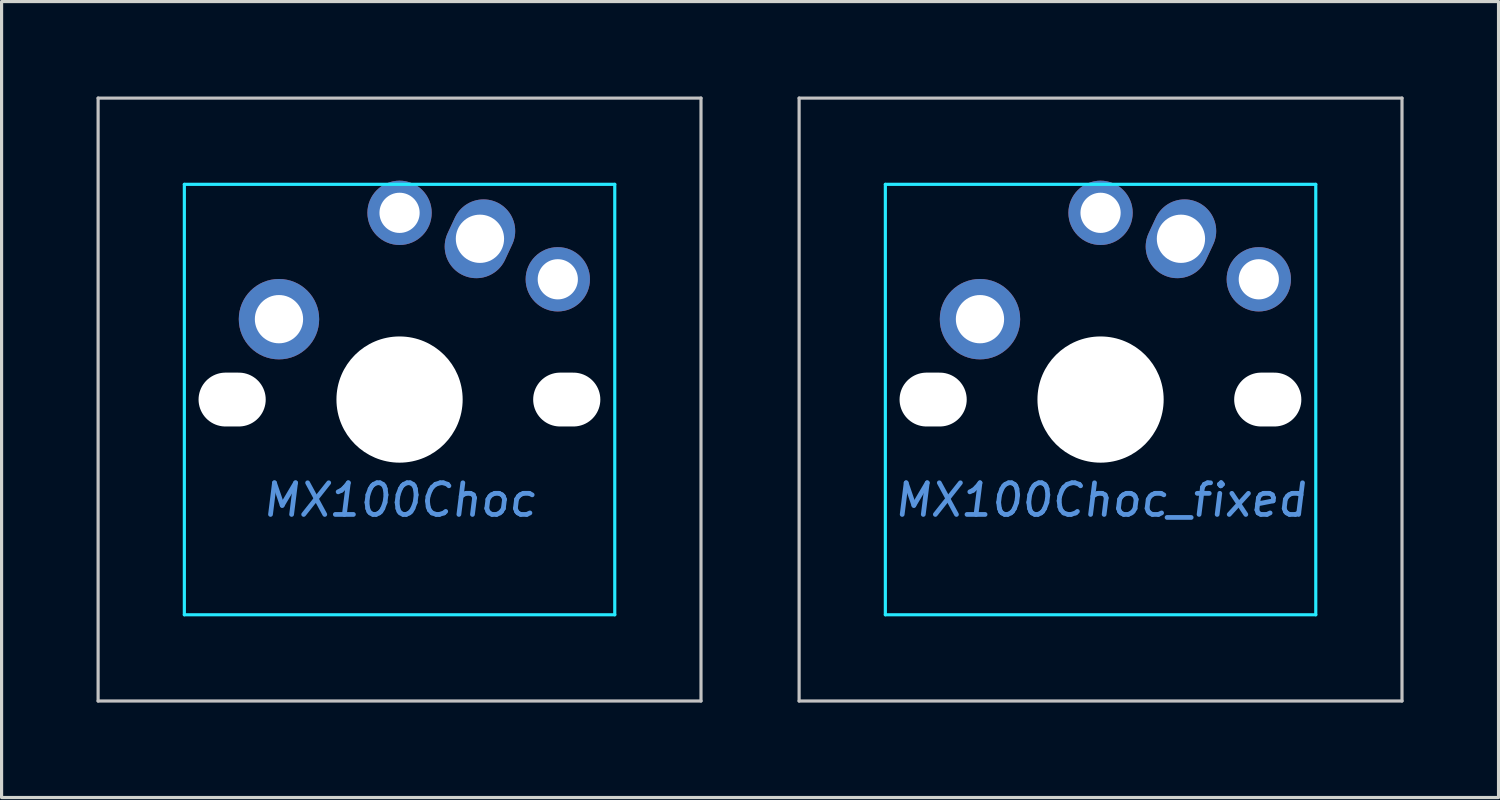
<source format=kicad_pcb>
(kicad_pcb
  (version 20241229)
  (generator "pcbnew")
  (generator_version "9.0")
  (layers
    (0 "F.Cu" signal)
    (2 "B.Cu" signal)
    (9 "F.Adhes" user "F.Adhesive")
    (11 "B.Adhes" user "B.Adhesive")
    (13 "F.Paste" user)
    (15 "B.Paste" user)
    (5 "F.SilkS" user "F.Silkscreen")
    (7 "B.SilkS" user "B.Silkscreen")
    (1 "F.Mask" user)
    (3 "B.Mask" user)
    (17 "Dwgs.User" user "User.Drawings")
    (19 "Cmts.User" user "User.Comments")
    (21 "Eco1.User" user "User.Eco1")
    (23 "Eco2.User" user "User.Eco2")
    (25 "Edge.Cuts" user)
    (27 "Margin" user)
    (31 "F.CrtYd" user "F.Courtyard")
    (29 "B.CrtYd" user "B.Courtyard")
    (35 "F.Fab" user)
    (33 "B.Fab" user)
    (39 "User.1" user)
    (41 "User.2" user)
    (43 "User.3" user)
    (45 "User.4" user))
  (footprint "MX100Choc"
    (layer "F.Cu")
    (at 9.575 9.575)
    (property "Reference" "MX100Choc" (at 0 3.175 0) (layer "Cmts.User") (effects (font (size 1 1) (thickness 0.15) (italic yes))))
    (attr through_hole)
    (fp_line (start -9.525 -9.525) (end 9.525 -9.525) (stroke (width 0.1) (type solid)) (layer "Dwgs.User"))
    (fp_line (start -9.525 9.525) (end -9.525 -9.525) (stroke (width 0.1) (type solid)) (layer "Dwgs.User"))
    (fp_line (start 9.525 -9.525) (end 9.525 9.525) (stroke (width 0.1) (type solid)) (layer "Dwgs.User"))
    (fp_line (start 9.525 9.525) (end -9.525 9.525) (stroke (width 0.1) (type solid)) (layer "Dwgs.User"))
    (fp_line (start -8.001 -5.715) (end -8.001 -3.175) (stroke (width 0.1) (type solid)) (layer "Eco1.User"))
    (fp_line (start -8.001 5.715) (end -8.001 3.175) (stroke (width 0.1) (type solid)) (layer "Eco1.User"))
    (fp_line (start -7.747 -5.969) (end -7.239 -5.969) (stroke (width 0.1) (type solid)) (layer "Eco1.User"))
    (fp_line (start -7.747 -2.921) (end -7.239 -2.921) (stroke (width 0.1) (type solid)) (layer "Eco1.User"))
    (fp_line (start -7.747 2.921) (end -7.239 2.921) (stroke (width 0.1) (type solid)) (layer "Eco1.User"))
    (fp_line (start -7.747 5.969) (end -7.239 5.969) (stroke (width 0.1) (type solid)) (layer "Eco1.User"))
    (fp_line (start -6.985 -6.223) (end -6.985 -6.731) (stroke (width 0.1) (type solid)) (layer "Eco1.User"))
    (fp_line (start -6.985 -2.667) (end -6.985 2.667) (stroke (width 0.1) (type solid)) (layer "Eco1.User"))
    (fp_line (start -6.985 6.223) (end -6.985 6.731) (stroke (width 0.1) (type solid)) (layer "Eco1.User"))
    (fp_line (start -2.159 0) (end 2.159 0) (stroke (width 0.1) (type solid)) (layer "Eco1.User"))
    (fp_line (start 0 -2.286) (end 0 2.286) (stroke (width 0.1) (type solid)) (layer "Eco1.User"))
    (fp_line (start 6.731 -6.985) (end -6.731 -6.985) (stroke (width 0.1) (type solid)) (layer "Eco1.User"))
    (fp_line (start 6.731 6.985) (end -6.731 6.985) (stroke (width 0.1) (type solid)) (layer "Eco1.User"))
    (fp_line (start 6.985 -6.223) (end 6.985 -6.731) (stroke (width 0.1) (type solid)) (layer "Eco1.User"))
    (fp_line (start 6.985 2.667) (end 6.985 -2.667) (stroke (width 0.1) (type solid)) (layer "Eco1.User"))
    (fp_line (start 6.985 6.223) (end 6.985 6.731) (stroke (width 0.1) (type solid)) (layer "Eco1.User"))
    (fp_line (start 7.747 -5.969) (end 7.239 -5.969) (stroke (width 0.1) (type solid)) (layer "Eco1.User"))
    (fp_line (start 7.747 -2.921) (end 7.239 -2.921) (stroke (width 0.1) (type solid)) (layer "Eco1.User"))
    (fp_line (start 7.747 2.921) (end 7.239 2.921) (stroke (width 0.1) (type solid)) (layer "Eco1.User"))
    (fp_line (start 7.747 5.969) (end 7.239 5.969) (stroke (width 0.1) (type solid)) (layer "Eco1.User"))
    (fp_line (start 8.001 -5.715) (end 8.001 -3.175) (stroke (width 0.1) (type solid)) (layer "Eco1.User"))
    (fp_line (start 8.001 5.715) (end 8.001 3.175) (stroke (width 0.1) (type solid)) (layer "Eco1.User"))
    (fp_arc (start -8.001 -5.715) (mid -7.926605 -5.894605) (end -7.747 -5.969) (stroke (width 0.1) (type solid)) (layer "Eco1.User"))
    (fp_arc (start -8.001 3.175) (mid -7.926605 2.995395) (end -7.747 2.921) (stroke (width 0.1) (type solid)) (layer "Eco1.User"))
    (fp_arc (start -7.747 -2.921) (mid -7.926605 -2.995395) (end -8.001 -3.175) (stroke (width 0.1) (type solid)) (layer "Eco1.User"))
    (fp_arc (start -7.747 5.969) (mid -7.926605 5.894605) (end -8.001 5.715) (stroke (width 0.1) (type solid)) (layer "Eco1.User"))
    (fp_arc (start -7.239 -2.921) (mid -7.059395 -2.846605) (end -6.985 -2.667) (stroke (width 0.1) (type solid)) (layer "Eco1.User"))
    (fp_arc (start -7.239 5.969) (mid -7.059395 6.043395) (end -6.985 6.223) (stroke (width 0.1) (type solid)) (layer "Eco1.User"))
    (fp_arc (start -6.985 -6.731) (mid -6.910605 -6.910605) (end -6.731 -6.985) (stroke (width 0.1) (type solid)) (layer "Eco1.User"))
    (fp_arc (start -6.985 -6.223) (mid -7.059395 -6.043395) (end -7.239 -5.969) (stroke (width 0.1) (type solid)) (layer "Eco1.User"))
    (fp_arc (start -6.985 2.667) (mid -7.059395 2.846605) (end -7.239 2.921) (stroke (width 0.1) (type solid)) (layer "Eco1.User"))
    (fp_arc (start -6.731 6.985) (mid -6.910605 6.910605) (end -6.985 6.731) (stroke (width 0.1) (type solid)) (layer "Eco1.User"))
    (fp_arc (start 6.731 -6.985) (mid 6.910605 -6.910605) (end 6.985 -6.731) (stroke (width 0.1) (type solid)) (layer "Eco1.User"))
    (fp_arc (start 6.985 -2.667) (mid 7.059395 -2.846605) (end 7.239 -2.921) (stroke (width 0.1) (type solid)) (layer "Eco1.User"))
    (fp_arc (start 6.985 6.223) (mid 7.059395 6.043395) (end 7.239 5.969) (stroke (width 0.1) (type solid)) (layer "Eco1.User"))
    (fp_arc (start 6.985 6.731) (mid 6.910605 6.910605) (end 6.731 6.985) (stroke (width 0.1) (type solid)) (layer "Eco1.User"))
    (fp_arc (start 7.239 -5.969) (mid 7.059395 -6.043395) (end 6.985 -6.223) (stroke (width 0.1) (type solid)) (layer "Eco1.User"))
    (fp_arc (start 7.239 2.921) (mid 7.059395 2.846605) (end 6.985 2.667) (stroke (width 0.1) (type solid)) (layer "Eco1.User"))
    (fp_arc (start 7.747 -5.969) (mid 7.926605 -5.894605) (end 8.001 -5.715) (stroke (width 0.1) (type solid)) (layer "Eco1.User"))
    (fp_arc (start 7.747 2.921) (mid 7.926605 2.995395) (end 8.001 3.175) (stroke (width 0.1) (type solid)) (layer "Eco1.User"))
    (fp_arc (start 8.001 -3.175) (mid 7.926605 -2.995395) (end 7.747 -2.921) (stroke (width 0.1) (type solid)) (layer "Eco1.User"))
    (fp_arc (start 8.001 5.715) (mid 7.926605 5.894605) (end 7.747 5.969) (stroke (width 0.1) (type solid)) (layer "Eco1.User"))
    (fp_circle (center 0 0) (end 1.905 0) (stroke (width 0.1) (type solid)) (fill no) (layer "Eco1.User"))
    (fp_line (start -2.6 3.1) (end -2.6 6.3) (stroke (width 0.12) (type solid)) (layer "Eco2.User"))
    (fp_line (start -2.6 3.1) (end 2.6 3.1) (stroke (width 0.12) (type solid)) (layer "Eco2.User"))
    (fp_line (start 2.6 6.3) (end -2.6 6.3) (stroke (width 0.12) (type solid)) (layer "Eco2.User"))
    (fp_line (start 2.6 6.3) (end 2.6 3.1) (stroke (width 0.12) (type solid)) (layer "Eco2.User"))
    (fp_line (start -6.8 -6.8) (end -6.8 6.8) (stroke (width 0.1) (type solid)) (layer "B.CrtYd"))
    (fp_line (start -6.8 -6.8) (end 6.8 -6.8) (stroke (width 0.1) (type solid)) (layer "B.CrtYd"))
    (fp_line (start -6.8 6.8) (end 6.8 6.8) (stroke (width 0.1) (type solid)) (layer "B.CrtYd"))
    (fp_line (start 6.8 -6.8) (end 6.8 6.8) (stroke (width 0.1) (type solid)) (layer "B.CrtYd"))
    (pad "" np_thru_hole oval (at -5.29 0) (size 2.122 1.702) (drill oval 2.122 1.702) (layers "*.Cu" "*.Mask"))
    (pad "" np_thru_hole circle (at 0 0) (size 3.988 3.988) (drill 3.988) (layers "*.Cu" "*.Mask"))
    (pad "" np_thru_hole oval (at 5.283 0) (size 2.122 1.702) (drill oval 2.122 1.702) (layers "*.Cu" "*.Mask"))
    (pad "1" thru_hole circle (at -3.81 -2.54 90) (size 2.54 2.54) (drill 1.525) (layers "*.Cu" "*.Mask"))
    (pad "1" thru_hole circle (at 0 -5.9 90) (size 2.032 2.032) (drill 1.27) (layers "*.Cu" "*.Mask"))
    (pad "2" thru_hole oval (at 2.54 -5.08 335) (size 2 2.54) (drill 1.525) (layers "*.Cu" "*.Mask"))
    (pad "2" thru_hole circle (at 5 -3.8) (size 2.032 2.032) (drill 1.27) (layers "*.Cu" "*.Mask")))
  (footprint "MX100Choc_fixed"
    (layer "F.Cu")
    (at 31.725 9.575)
    (property "Reference" "MX100Choc_fixed" (at 0 3.175 0) (layer "Cmts.User") (effects (font (size 1 1) (thickness 0.15) (italic yes))))
    (attr through_hole)
    (fp_line (start -9.525 -9.525) (end 9.525 -9.525) (stroke (width 0.1) (type solid)) (layer "Dwgs.User"))
    (fp_line (start -9.525 9.525) (end -9.525 -9.525) (stroke (width 0.1) (type solid)) (layer "Dwgs.User"))
    (fp_line (start 9.525 -9.525) (end 9.525 9.525) (stroke (width 0.1) (type solid)) (layer "Dwgs.User"))
    (fp_line (start 9.525 9.525) (end -9.525 9.525) (stroke (width 0.1) (type solid)) (layer "Dwgs.User"))
    (fp_line (start -8.001 -5.715) (end -8.001 -3.175) (stroke (width 0.1) (type solid)) (layer "Eco1.User"))
    (fp_line (start -8.001 5.715) (end -8.001 3.175) (stroke (width 0.1) (type solid)) (layer "Eco1.User"))
    (fp_line (start -7.747 -5.969) (end -7.239 -5.969) (stroke (width 0.1) (type solid)) (layer "Eco1.User"))
    (fp_line (start -7.747 -2.921) (end -7.239 -2.921) (stroke (width 0.1) (type solid)) (layer "Eco1.User"))
    (fp_line (start -7.747 2.921) (end -7.239 2.921) (stroke (width 0.1) (type solid)) (layer "Eco1.User"))
    (fp_line (start -7.747 5.969) (end -7.239 5.969) (stroke (width 0.1) (type solid)) (layer "Eco1.User"))
    (fp_line (start -6.985 -6.223) (end -6.985 -6.731) (stroke (width 0.1) (type solid)) (layer "Eco1.User"))
    (fp_line (start -6.985 -2.667) (end -6.985 2.667) (stroke (width 0.1) (type solid)) (layer "Eco1.User"))
    (fp_line (start -6.985 6.223) (end -6.985 6.731) (stroke (width 0.1) (type solid)) (layer "Eco1.User"))
    (fp_line (start -2.159 0) (end 2.159 0) (stroke (width 0.1) (type solid)) (layer "Eco1.User"))
    (fp_line (start 0 -2.286) (end 0 2.286) (stroke (width 0.1) (type solid)) (layer "Eco1.User"))
    (fp_line (start 6.731 -6.985) (end -6.731 -6.985) (stroke (width 0.1) (type solid)) (layer "Eco1.User"))
    (fp_line (start 6.731 6.985) (end -6.731 6.985) (stroke (width 0.1) (type solid)) (layer "Eco1.User"))
    (fp_line (start 6.985 -6.223) (end 6.985 -6.731) (stroke (width 0.1) (type solid)) (layer "Eco1.User"))
    (fp_line (start 6.985 2.667) (end 6.985 -2.667) (stroke (width 0.1) (type solid)) (layer "Eco1.User"))
    (fp_line (start 6.985 6.223) (end 6.985 6.731) (stroke (width 0.1) (type solid)) (layer "Eco1.User"))
    (fp_line (start 7.747 -5.969) (end 7.239 -5.969) (stroke (width 0.1) (type solid)) (layer "Eco1.User"))
    (fp_line (start 7.747 -2.921) (end 7.239 -2.921) (stroke (width 0.1) (type solid)) (layer "Eco1.User"))
    (fp_line (start 7.747 2.921) (end 7.239 2.921) (stroke (width 0.1) (type solid)) (layer "Eco1.User"))
    (fp_line (start 7.747 5.969) (end 7.239 5.969) (stroke (width 0.1) (type solid)) (layer "Eco1.User"))
    (fp_line (start 8.001 -5.715) (end 8.001 -3.175) (stroke (width 0.1) (type solid)) (layer "Eco1.User"))
    (fp_line (start 8.001 5.715) (end 8.001 3.175) (stroke (width 0.1) (type solid)) (layer "Eco1.User"))
    (fp_arc (start -8.001 -5.715) (mid -7.926605 -5.894605) (end -7.747 -5.969) (stroke (width 0.1) (type solid)) (layer "Eco1.User"))
    (fp_arc (start -8.001 3.175) (mid -7.926605 2.995395) (end -7.747 2.921) (stroke (width 0.1) (type solid)) (layer "Eco1.User"))
    (fp_arc (start -7.747 -2.921) (mid -7.926605 -2.995395) (end -8.001 -3.175) (stroke (width 0.1) (type solid)) (layer "Eco1.User"))
    (fp_arc (start -7.747 5.969) (mid -7.926605 5.894605) (end -8.001 5.715) (stroke (width 0.1) (type solid)) (layer "Eco1.User"))
    (fp_arc (start -7.239 -2.921) (mid -7.059395 -2.846605) (end -6.985 -2.667) (stroke (width 0.1) (type solid)) (layer "Eco1.User"))
    (fp_arc (start -7.239 5.969) (mid -7.059395 6.043395) (end -6.985 6.223) (stroke (width 0.1) (type solid)) (layer "Eco1.User"))
    (fp_arc (start -6.985 -6.731) (mid -6.910605 -6.910605) (end -6.731 -6.985) (stroke (width 0.1) (type solid)) (layer "Eco1.User"))
    (fp_arc (start -6.985 -6.223) (mid -7.059395 -6.043395) (end -7.239 -5.969) (stroke (width 0.1) (type solid)) (layer "Eco1.User"))
    (fp_arc (start -6.985 2.667) (mid -7.059395 2.846605) (end -7.239 2.921) (stroke (width 0.1) (type solid)) (layer "Eco1.User"))
    (fp_arc (start -6.731 6.985) (mid -6.910605 6.910605) (end -6.985 6.731) (stroke (width 0.1) (type solid)) (layer "Eco1.User"))
    (fp_arc (start 6.731 -6.985) (mid 6.910605 -6.910605) (end 6.985 -6.731) (stroke (width 0.1) (type solid)) (layer "Eco1.User"))
    (fp_arc (start 6.985 -2.667) (mid 7.059395 -2.846605) (end 7.239 -2.921) (stroke (width 0.1) (type solid)) (layer "Eco1.User"))
    (fp_arc (start 6.985 6.223) (mid 7.059395 6.043395) (end 7.239 5.969) (stroke (width 0.1) (type solid)) (layer "Eco1.User"))
    (fp_arc (start 6.985 6.731) (mid 6.910605 6.910605) (end 6.731 6.985) (stroke (width 0.1) (type solid)) (layer "Eco1.User"))
    (fp_arc (start 7.239 -5.969) (mid 7.059395 -6.043395) (end 6.985 -6.223) (stroke (width 0.1) (type solid)) (layer "Eco1.User"))
    (fp_arc (start 7.239 2.921) (mid 7.059395 2.846605) (end 6.985 2.667) (stroke (width 0.1) (type solid)) (layer "Eco1.User"))
    (fp_arc (start 7.747 -5.969) (mid 7.926605 -5.894605) (end 8.001 -5.715) (stroke (width 0.1) (type solid)) (layer "Eco1.User"))
    (fp_arc (start 7.747 2.921) (mid 7.926605 2.995395) (end 8.001 3.175) (stroke (width 0.1) (type solid)) (layer "Eco1.User"))
    (fp_arc (start 8.001 -3.175) (mid 7.926605 -2.995395) (end 7.747 -2.921) (stroke (width 0.1) (type solid)) (layer "Eco1.User"))
    (fp_arc (start 8.001 5.715) (mid 7.926605 5.894605) (end 7.747 5.969) (stroke (width 0.1) (type solid)) (layer "Eco1.User"))
    (fp_circle (center 0 0) (end 1.905 0) (stroke (width 0.1) (type solid)) (fill no) (layer "Eco1.User"))
    (fp_line (start -2.6 3.1) (end -2.6 6.3) (stroke (width 0.12) (type solid)) (layer "Eco2.User"))
    (fp_line (start -2.6 3.1) (end 2.6 3.1) (stroke (width 0.12) (type solid)) (layer "Eco2.User"))
    (fp_line (start 2.6 6.3) (end -2.6 6.3) (stroke (width 0.12) (type solid)) (layer "Eco2.User"))
    (fp_line (start 2.6 6.3) (end 2.6 3.1) (stroke (width 0.12) (type solid)) (layer "Eco2.User"))
    (fp_line (start -6.8 -6.8) (end -6.8 6.8) (stroke (width 0.1) (type solid)) (layer "B.CrtYd"))
    (fp_line (start -6.8 -6.8) (end 6.8 -6.8) (stroke (width 0.1) (type solid)) (layer "B.CrtYd"))
    (fp_line (start -6.8 6.8) (end 6.8 6.8) (stroke (width 0.1) (type solid)) (layer "B.CrtYd"))
    (fp_line (start 6.8 -6.8) (end 6.8 6.8) (stroke (width 0.1) (type solid)) (layer "B.CrtYd"))
    (pad "" np_thru_hole oval (at -5.29 0) (size 2.122 1.702) (drill oval 2.122 1.702) (layers "*.Cu" "*.Mask"))
    (pad "" np_thru_hole circle (at 0 0) (size 3.988 3.988) (drill 3.988) (layers "*.Cu" "*.Mask"))
    (pad "" np_thru_hole oval (at 5.283 0) (size 2.122 1.702) (drill oval 2.122 1.702) (layers "*.Cu" "*.Mask"))
    (pad "1" thru_hole circle (at -3.81 -2.54 90) (size 2.54 2.54) (drill 1.525) (layers "*.Cu" "*.Mask"))
    (pad "1" thru_hole circle (at 0 -5.9 90) (size 2.032 2.032) (drill 1.27) (layers "*.Cu" "*.Mask"))
    (pad "2" thru_hole oval (at 2.54 -5.08 335) (size 2 2.54) (drill 1.525) (layers "*.Cu" "*.Mask"))
    (pad "2" thru_hole circle (at 5 -3.8) (size 2.032 2.032) (drill 1.27) (layers "*.Cu" "*.Mask")))
  (gr_rect
    (start -3 -3)
    (end 44.3 22.15)
    (stroke (width 0.1) (type default))
    (fill no)
    (layer "Edge.Cuts")))
</source>
